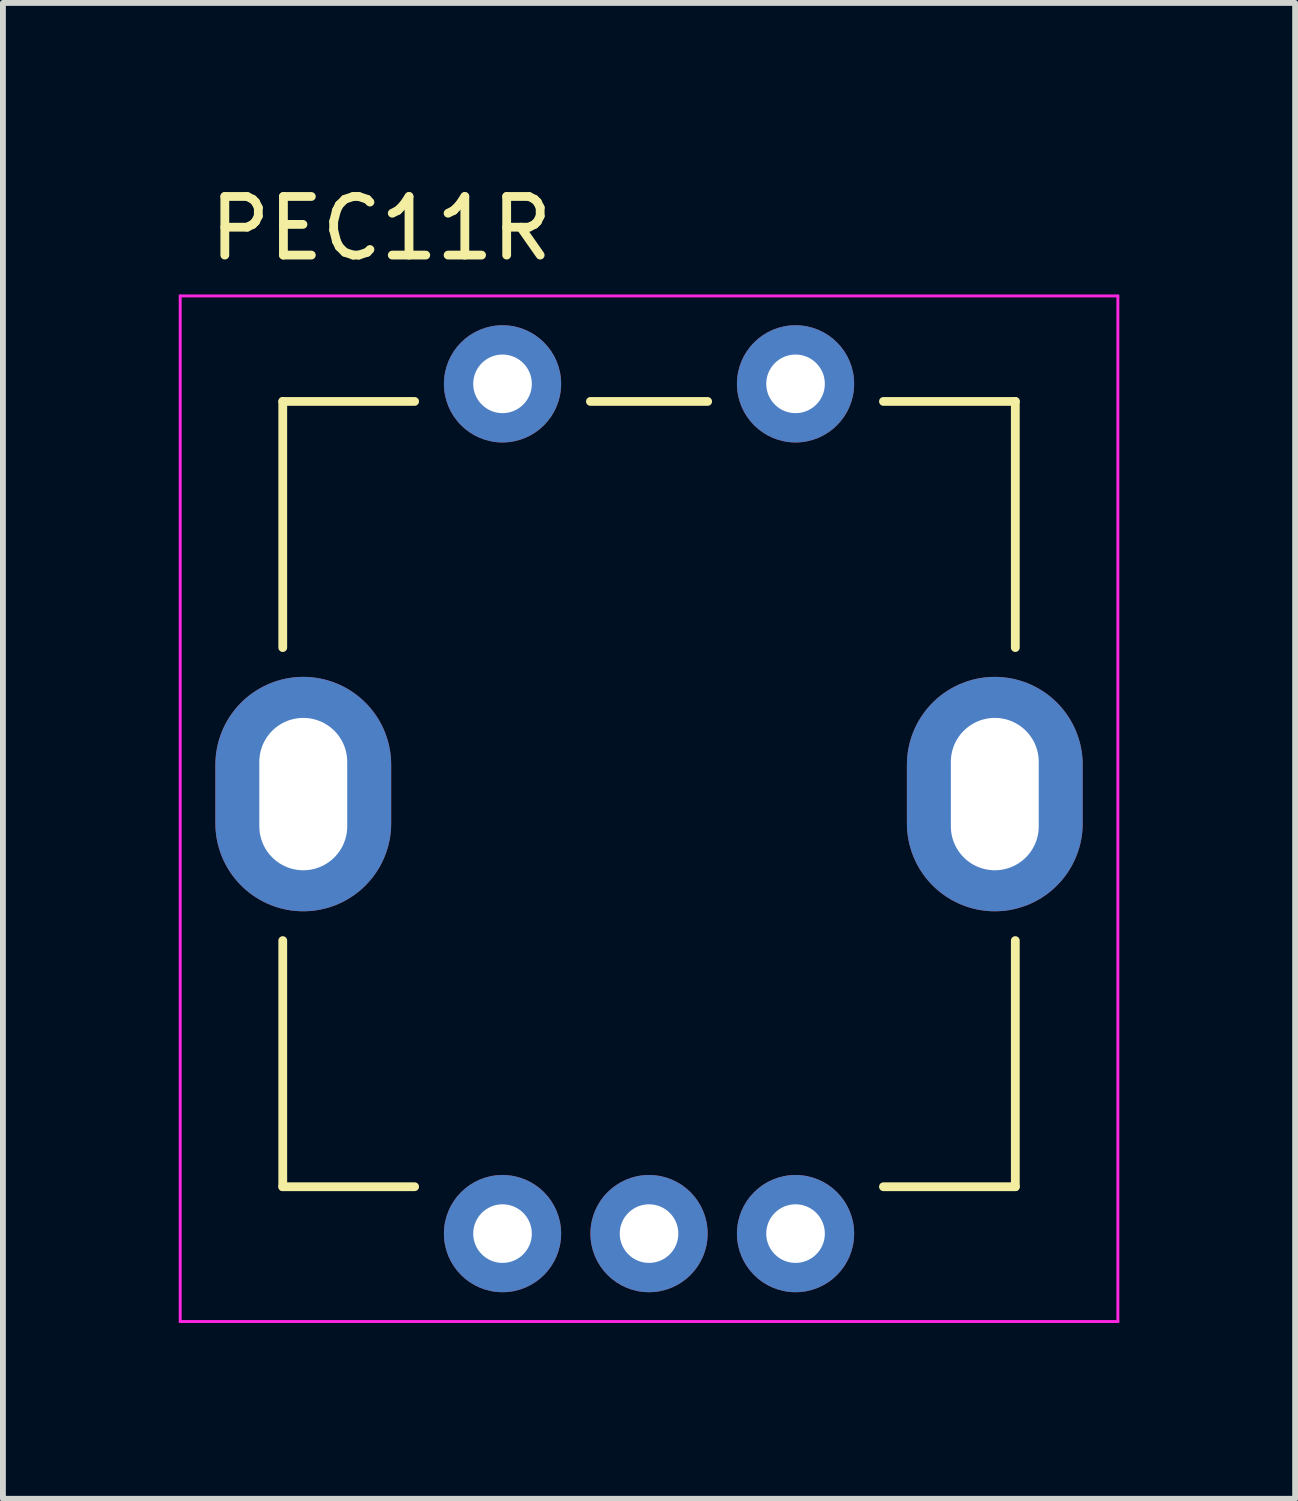
<source format=kicad_pcb>
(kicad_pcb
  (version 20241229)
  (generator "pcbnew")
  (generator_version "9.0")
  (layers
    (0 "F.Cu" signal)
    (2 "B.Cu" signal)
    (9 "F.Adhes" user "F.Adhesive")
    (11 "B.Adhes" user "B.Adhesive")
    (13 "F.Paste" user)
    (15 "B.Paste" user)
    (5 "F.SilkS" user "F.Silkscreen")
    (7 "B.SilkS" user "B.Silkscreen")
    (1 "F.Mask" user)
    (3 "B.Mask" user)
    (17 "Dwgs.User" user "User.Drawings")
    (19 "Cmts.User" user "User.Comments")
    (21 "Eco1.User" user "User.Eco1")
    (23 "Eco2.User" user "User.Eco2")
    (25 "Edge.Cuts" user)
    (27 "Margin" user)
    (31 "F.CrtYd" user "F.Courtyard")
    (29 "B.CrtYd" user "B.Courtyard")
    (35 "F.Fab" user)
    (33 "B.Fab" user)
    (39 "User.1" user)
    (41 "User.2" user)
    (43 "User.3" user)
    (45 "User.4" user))
  (footprint "PEC11R"
    (layer "F.Cu")
    (at 8.025 10.5)
    (property "Reference" "PEC11R" (at -4.572 -9.652 0) (layer "F.SilkS") (effects (font (size 1 1) (thickness 0.15))))
    (attr through_hole)
    (fp_line (start -6.25 -6.7) (end -6.25 -2.5) (stroke (width 0.15) (type solid)) (layer "F.SilkS"))
    (fp_line (start -6.25 -6.7) (end -4 -6.7) (stroke (width 0.15) (type solid)) (layer "F.SilkS"))
    (fp_line (start -6.25 2.5) (end -6.25 6.7) (stroke (width 0.15) (type solid)) (layer "F.SilkS"))
    (fp_line (start -6.25 6.7) (end -4 6.7) (stroke (width 0.15) (type solid)) (layer "F.SilkS"))
    (fp_line (start -1 -6.7) (end 1 -6.7) (stroke (width 0.15) (type solid)) (layer "F.SilkS"))
    (fp_line (start 4 -6.7) (end 6.25 -6.7) (stroke (width 0.15) (type solid)) (layer "F.SilkS"))
    (fp_line (start 6.25 -6.7) (end 6.25 -2.5) (stroke (width 0.15) (type solid)) (layer "F.SilkS"))
    (fp_line (start 6.25 2.5) (end 6.25 6.7) (stroke (width 0.15) (type solid)) (layer "F.SilkS"))
    (fp_line (start 6.25 6.7) (end 4 6.7) (stroke (width 0.15) (type solid)) (layer "F.SilkS"))
    (fp_line (start -8 -8.5) (end 8 -8.5) (stroke (width 0.05) (type solid)) (layer "F.CrtYd"))
    (fp_line (start -8 9) (end -8 -8.5) (stroke (width 0.05) (type solid)) (layer "F.CrtYd"))
    (fp_line (start 8 -8.5) (end 8 9) (stroke (width 0.05) (type solid)) (layer "F.CrtYd"))
    (fp_line (start 8 9) (end -8 9) (stroke (width 0.05) (type solid)) (layer "F.CrtYd"))
    (pad "1" thru_hole circle (at -2.5 -7) (size 2 2) (drill 1) (layers "*.Cu" "*.Mask"))
    (pad "2" thru_hole circle (at 2.5 -7) (size 2 2) (drill 1) (layers "*.Cu" "*.Mask"))
    (pad "A" thru_hole circle (at -2.5 7.5) (size 2 2) (drill 1) (layers "*.Cu" "*.Mask"))
    (pad "B" thru_hole circle (at 2.5 7.5) (size 2 2) (drill 1) (layers "*.Cu" "*.Mask"))
    (pad "C" thru_hole circle (at 0 7.5) (size 2 2) (drill 1) (layers "*.Cu" "*.Mask"))
    (pad "GND" thru_hole oval (at -5.9 0) (size 3 4) (drill oval 1.5 2.6) (layers "*.Cu" "*.Mask"))
    (pad "GND" thru_hole oval (at 5.9 0) (size 3 4) (drill oval 1.5 2.6) (layers "*.Cu" "*.Mask")))
  (gr_rect
    (start -3 -3)
    (end 19.05 22.525)
    (stroke (width 0.1) (type default))
    (fill no)
    (layer "Edge.Cuts")))
</source>
